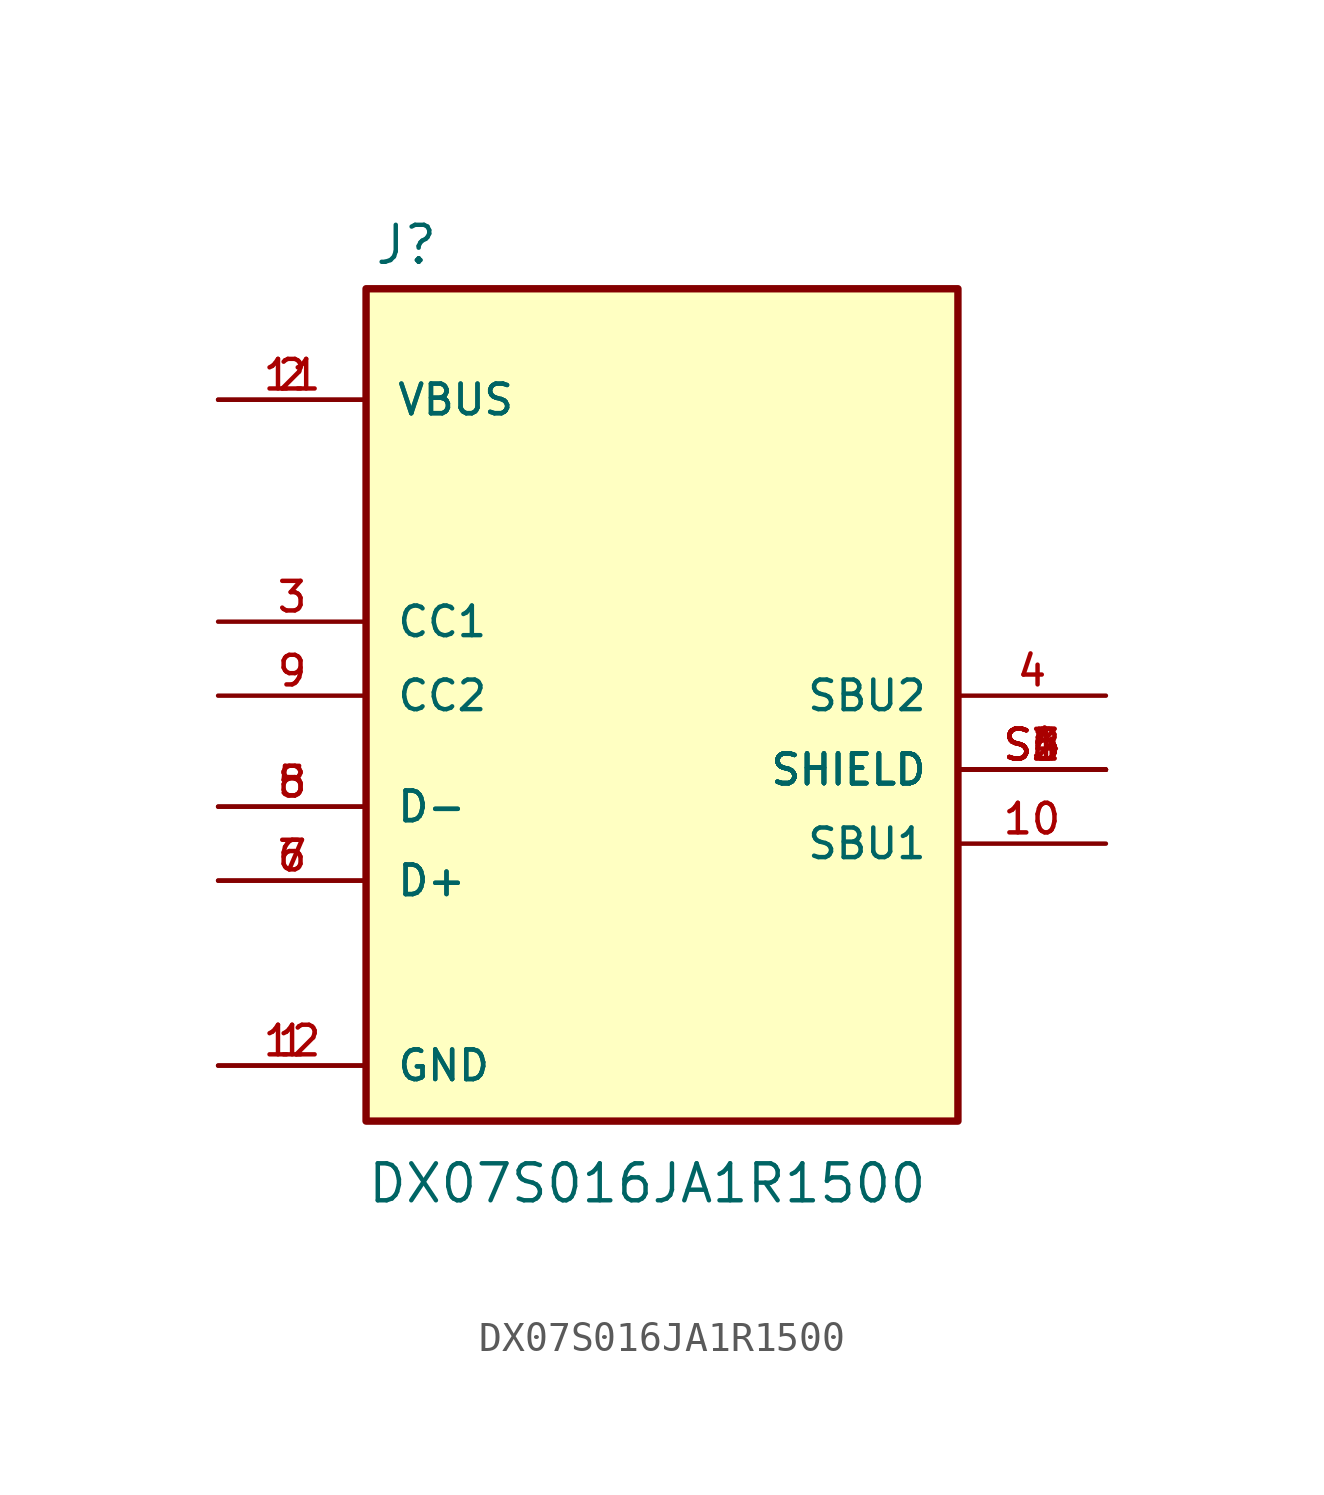
<source format=kicad_sym>
(kicad_symbol_lib
  (version 20231120)
  (generator "kicad_symbol_editor")
  (generator_version "8.0")
  (symbol "DX07S016JA1R1500"
    (pin_names
      (offset 1.016))
    (property "Reference" "J"
      (at -9.906 16.002 0)
      (effects (font (size 1.27 1.27)) (justify left bottom)))
    (property "Value" "DX07S016JA1R1500"
      (at -10.16 -14.732 0)
      (effects (font (size 1.27 1.27)) (justify left top)))
    (symbol "DX07S016JA1R1500_0_0"
      (rectangle (start -10.16 15.24) (end 10.16 -13.335) (stroke (width 0.254) (type default)) (fill (type background)))
      (pin power_in line (at -15.24 -11.43 0) (length 5.08) (name "GND" (effects (font (size 1.016 1.016)))) (number "1" (effects (font (size 1.016 1.016)))))
      (pin passive line (at 15.24 -3.81 180) (length 5.08) (name "SBU1" (effects (font (size 1.016 1.016)))) (number "10" (effects (font (size 1.016 1.016)))))
      (pin passive line (at -15.24 11.43 0) (length 5.08) (name "VBUS" (effects (font (size 1.016 1.016)))) (number "11" (effects (font (size 1.016 1.016)))))
      (pin power_in line (at -15.24 -11.43 0) (length 5.08) (name "GND" (effects (font (size 1.016 1.016)))) (number "12" (effects (font (size 1.016 1.016)))))
      (pin passive line (at -15.24 11.43 0) (length 5.08) (name "VBUS" (effects (font (size 1.016 1.016)))) (number "2" (effects (font (size 1.016 1.016)))))
      (pin passive line (at -15.24 3.81 0) (length 5.08) (name "CC1" (effects (font (size 1.016 1.016)))) (number "3" (effects (font (size 1.016 1.016)))))
      (pin passive line (at 15.24 1.27 180) (length 5.08) (name "SBU2" (effects (font (size 1.016 1.016)))) (number "4" (effects (font (size 1.016 1.016)))))
      (pin passive line (at -15.24 -2.54 0) (length 5.08) (name "D-" (effects (font (size 1.016 1.016)))) (number "5" (effects (font (size 1.016 1.016)))))
      (pin passive line (at -15.24 -5.08 0) (length 5.08) (name "D+" (effects (font (size 1.016 1.016)))) (number "6" (effects (font (size 1.016 1.016)))))
      (pin passive line (at -15.24 -5.08 0) (length 5.08) (name "D+" (effects (font (size 1.016 1.016)))) (number "7" (effects (font (size 1.016 1.016)))))
      (pin passive line (at -15.24 -2.54 0) (length 5.08) (name "D-" (effects (font (size 1.016 1.016)))) (number "8" (effects (font (size 1.016 1.016)))))
      (pin passive line (at -15.24 1.27 0) (length 5.08) (name "CC2" (effects (font (size 1.016 1.016)))) (number "9" (effects (font (size 1.016 1.016)))))
      (pin passive line (at 15.24 -1.27 180) (length 5.08) (name "SHIELD" (effects (font (size 1.016 1.016)))) (number "S1" (effects (font (size 1.016 1.016)))))
      (pin passive line (at 15.24 -1.27 180) (length 5.08) (name "SHIELD" (effects (font (size 1.016 1.016)))) (number "S2" (effects (font (size 1.016 1.016)))))
      (pin passive line (at 15.24 -1.27 180) (length 5.08) (name "SHIELD" (effects (font (size 1.016 1.016)))) (number "S3" (effects (font (size 1.016 1.016)))))
      (pin passive line (at 15.24 -1.27 180) (length 5.08) (name "SHIELD" (effects (font (size 1.016 1.016)))) (number "S4" (effects (font (size 1.016 1.016)))))
      (pin passive line (at 15.24 -1.27 180) (length 5.08) (name "SHIELD" (effects (font (size 1.016 1.016)))) (number "S5" (effects (font (size 1.016 1.016)))))
      (pin passive line (at 15.24 -1.27 180) (length 5.08) (name "SHIELD" (effects (font (size 1.016 1.016)))) (number "S6" (effects (font (size 1.016 1.016))))))))
</source>
